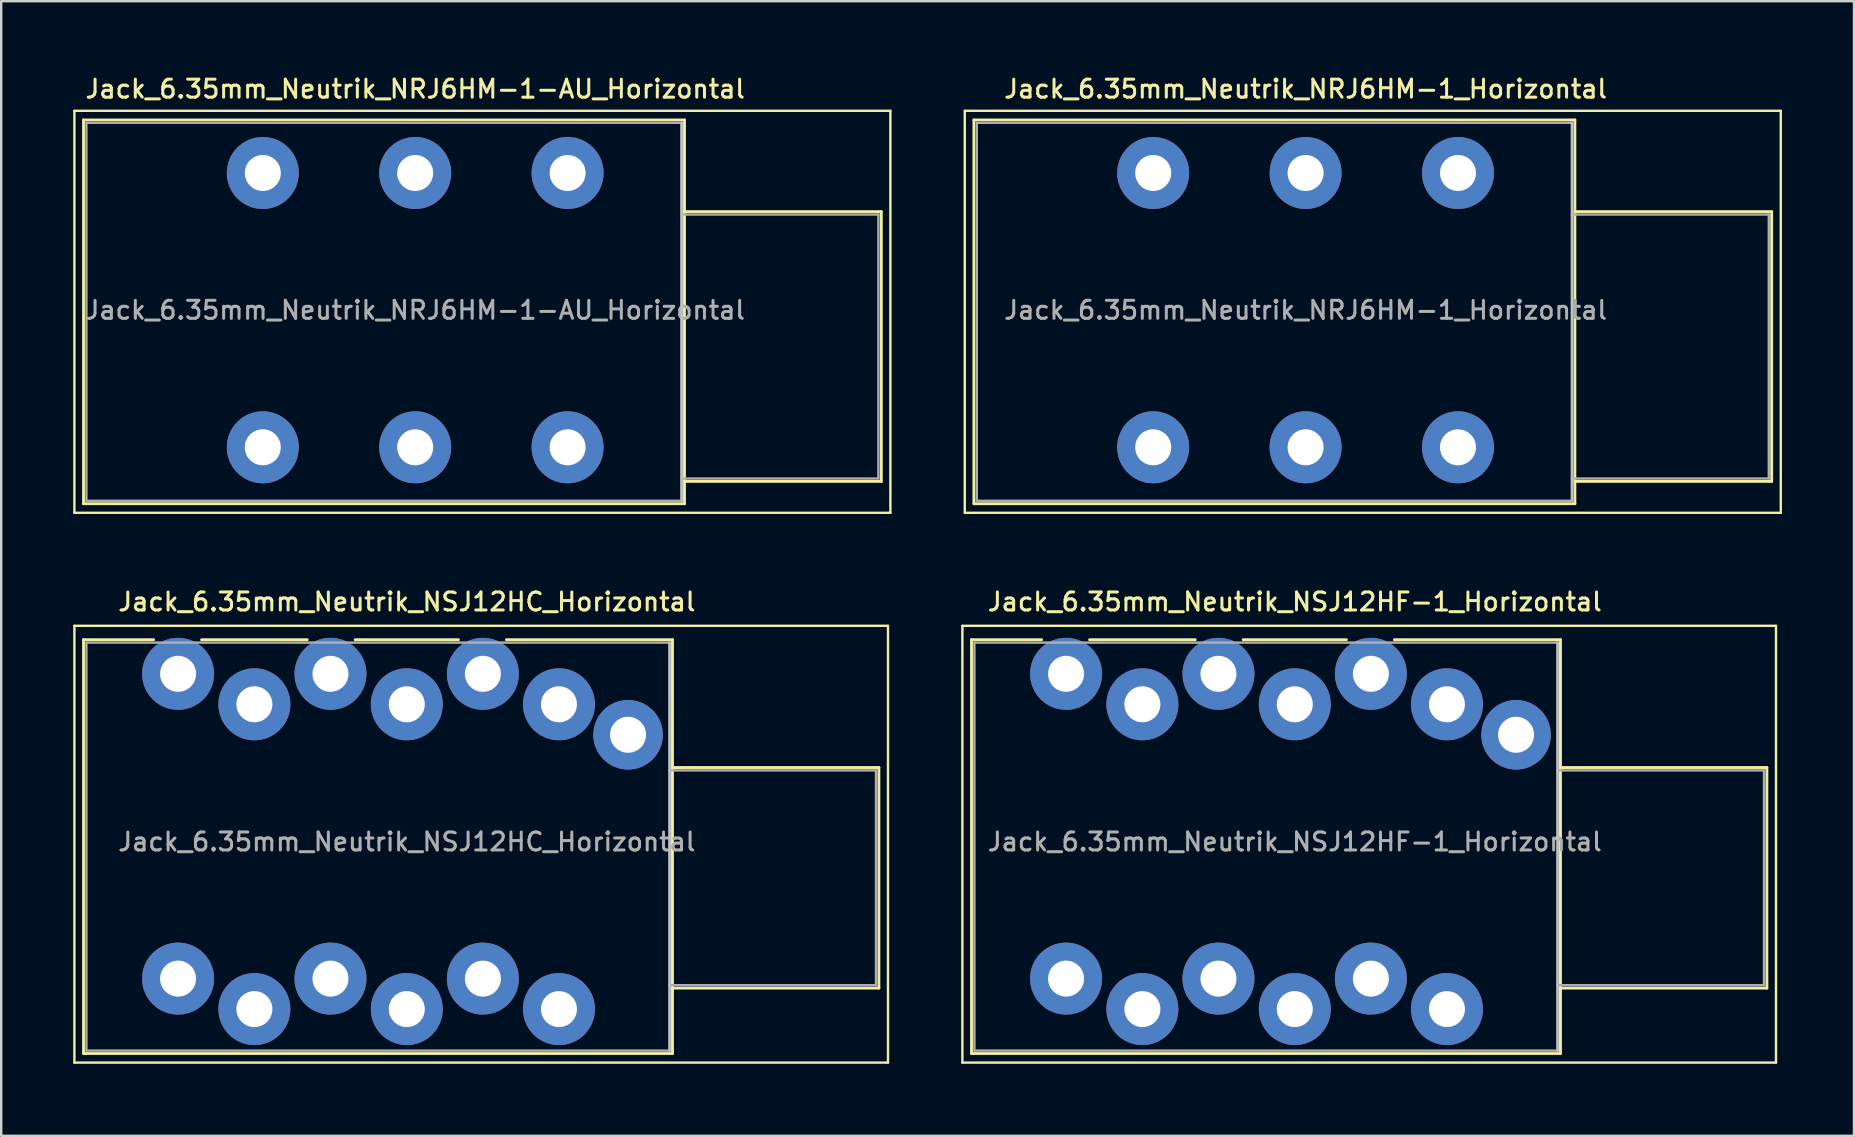
<source format=kicad_pcb>
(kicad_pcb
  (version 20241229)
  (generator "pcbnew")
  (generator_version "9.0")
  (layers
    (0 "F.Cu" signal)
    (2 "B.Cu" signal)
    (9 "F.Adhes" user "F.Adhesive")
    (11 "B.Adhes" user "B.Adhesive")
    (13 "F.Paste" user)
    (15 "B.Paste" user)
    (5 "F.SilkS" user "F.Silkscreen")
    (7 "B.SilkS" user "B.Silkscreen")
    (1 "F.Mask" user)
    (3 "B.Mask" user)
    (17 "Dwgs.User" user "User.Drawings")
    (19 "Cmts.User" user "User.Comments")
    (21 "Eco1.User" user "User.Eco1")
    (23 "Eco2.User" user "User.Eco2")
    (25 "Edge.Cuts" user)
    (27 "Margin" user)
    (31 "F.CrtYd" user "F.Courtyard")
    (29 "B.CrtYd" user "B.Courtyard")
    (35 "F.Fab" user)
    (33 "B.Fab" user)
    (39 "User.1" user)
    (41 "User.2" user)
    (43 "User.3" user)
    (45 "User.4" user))
  (footprint "Jack_6.35mm_Neutrik_NRJ6HM-1_Horizontal"
    (layer "F.Cu")
    (at 45 4.158)
    (property "Reference" "Jack_6.35mm_Neutrik_NRJ6HM-1_Horizontal" (at 6.35 -3.5 0) (layer "F.SilkS") (effects (font (size 0.75 0.75) (thickness 0.125))))
    (attr through_hole)
    (fp_line (start -7.85 14.16) (end -7.85 -2.59) (stroke (width 0.1) (type solid)) (layer "F.SilkS"))
    (fp_line (start -7.85 14.16) (end 26.15 14.16) (stroke (width 0.1) (type solid)) (layer "F.SilkS"))
    (fp_line (start -7.47 -2.21) (end 17.57 -2.21) (stroke (width 0.12) (type solid)) (layer "F.SilkS"))
    (fp_line (start -7.47 13.78) (end -7.47 -2.21) (stroke (width 0.12) (type solid)) (layer "F.SilkS"))
    (fp_line (start -7.47 13.78) (end 17.57 13.78) (stroke (width 0.12) (type solid)) (layer "F.SilkS"))
    (fp_line (start 17.57 -2.21) (end 17.57 13.78) (stroke (width 0.12) (type solid)) (layer "F.SilkS"))
    (fp_line (start 25.77 1.61) (end 17.57 1.61) (stroke (width 0.12) (type solid)) (layer "F.SilkS"))
    (fp_line (start 25.77 12.85) (end 17.57 12.85) (stroke (width 0.12) (type solid)) (layer "F.SilkS"))
    (fp_line (start 25.77 12.85) (end 25.77 1.61) (stroke (width 0.12) (type solid)) (layer "F.SilkS"))
    (fp_line (start 26.15 -2.59) (end -7.85 -2.59) (stroke (width 0.1) (type solid)) (layer "F.SilkS"))
    (fp_line (start 26.15 14.16) (end 26.15 -2.59) (stroke (width 0.1) (type solid)) (layer "F.SilkS"))
    (fp_line (start 17.45 -2.09) (end 17.45 13.66) (stroke (width 0.1) (type solid)) (layer "Dwgs.User"))
    (fp_line (start -7.35 -2.09) (end 17.45 -2.09) (stroke (width 0.1) (type solid)) (layer "F.Fab"))
    (fp_line (start -7.35 13.66) (end -7.35 -2.09) (stroke (width 0.1) (type solid)) (layer "F.Fab"))
    (fp_line (start 17.45 -2.09) (end 17.45 13.66) (stroke (width 0.1) (type solid)) (layer "F.Fab"))
    (fp_line (start 17.45 12.73) (end 25.65 12.73) (stroke (width 0.1) (type solid)) (layer "F.Fab"))
    (fp_line (start 17.45 13.66) (end -7.35 13.66) (stroke (width 0.1) (type solid)) (layer "F.Fab"))
    (fp_line (start 25.65 1.73) (end 17.45 1.73) (stroke (width 0.1) (type solid)) (layer "F.Fab"))
    (fp_line (start 25.65 12.73) (end 25.65 1.73) (stroke (width 0.1) (type solid)) (layer "F.Fab"))
    (fp_text user "${REFERENCE}" (at 6.35 5.715 0) (layer "F.Fab") (effects (font (size 0.75 0.75) (thickness 0.125))))
    (pad "R" thru_hole circle (at 6.35 0) (size 3 3) (drill 1.5) (layers "*.Cu" "*.Mask"))
    (pad "RN" thru_hole circle (at 6.35 11.43) (size 3 3) (drill 1.5) (layers "*.Cu" "*.Mask"))
    (pad "S" thru_hole circle (at 12.7 0) (size 3 3) (drill 1.5) (layers "*.Cu" "*.Mask"))
    (pad "SN" thru_hole circle (at 12.7 11.43) (size 3 3) (drill 1.5) (layers "*.Cu" "*.Mask"))
    (pad "T" thru_hole circle (at 0 0) (size 3 3) (drill 1.5) (layers "*.Cu" "*.Mask"))
    (pad "TN" thru_hole circle (at 0 11.43) (size 3 3) (drill 1.5) (layers "*.Cu" "*.Mask")))
  (footprint "Jack_6.35mm_Neutrik_NSJ12HF-1_Horizontal"
    (layer "F.Cu")
    (at 41.37 25.026)
    (property "Reference" "Jack_6.35mm_Neutrik_NSJ12HF-1_Horizontal" (at 9.53 -3 0) (layer "F.SilkS") (effects (font (size 0.75 0.75) (thickness 0.125))))
    (attr through_hole)
    (fp_line (start -4.32 16.2) (end -4.32 -2) (stroke (width 0.1) (type solid)) (layer "F.SilkS"))
    (fp_line (start -4.32 16.2) (end 29.58 16.2) (stroke (width 0.1) (type solid)) (layer "F.SilkS"))
    (fp_line (start -3.94 -1.42) (end -1.02 -1.42) (stroke (width 0.12) (type solid)) (layer "F.SilkS"))
    (fp_line (start -3.94 15.82) (end -3.94 -1.42) (stroke (width 0.12) (type solid)) (layer "F.SilkS"))
    (fp_line (start -3.94 15.82) (end 20.6 15.82) (stroke (width 0.12) (type solid)) (layer "F.SilkS"))
    (fp_line (start 0.98 -1.42) (end 5.38 -1.42) (stroke (width 0.12) (type solid)) (layer "F.SilkS"))
    (fp_line (start 7.38 -1.42) (end 11.68 -1.42) (stroke (width 0.12) (type solid)) (layer "F.SilkS"))
    (fp_line (start 13.68 -1.42) (end 20.6 -1.42) (stroke (width 0.12) (type solid)) (layer "F.SilkS"))
    (fp_line (start 20.6 -1.42) (end 20.6 15.82) (stroke (width 0.12) (type solid)) (layer "F.SilkS"))
    (fp_line (start 29.2 3.905) (end 20.6 3.905) (stroke (width 0.12) (type solid)) (layer "F.SilkS"))
    (fp_line (start 29.2 13.095) (end 20.6 13.095) (stroke (width 0.12) (type solid)) (layer "F.SilkS"))
    (fp_line (start 29.2 13.095) (end 29.2 3.905) (stroke (width 0.12) (type solid)) (layer "F.SilkS"))
    (fp_line (start 29.58 -2) (end -4.32 -2) (stroke (width 0.1) (type solid)) (layer "F.SilkS"))
    (fp_line (start 29.58 16.2) (end 29.58 -2) (stroke (width 0.1) (type solid)) (layer "F.SilkS"))
    (fp_line (start 20.48 -1.3) (end 20.48 15.7) (stroke (width 0.1) (type solid)) (layer "Dwgs.User"))
    (fp_line (start -3.82 -1.3) (end 20.48 -1.3) (stroke (width 0.1) (type solid)) (layer "F.Fab"))
    (fp_line (start -3.82 15.7) (end -3.82 -1.3) (stroke (width 0.1) (type solid)) (layer "F.Fab"))
    (fp_line (start 20.48 -1.3) (end 20.48 15.7) (stroke (width 0.1) (type solid)) (layer "F.Fab"))
    (fp_line (start 20.48 12.975) (end 29.08 12.975) (stroke (width 0.1) (type solid)) (layer "F.Fab"))
    (fp_line (start 20.48 15.7) (end -3.82 15.7) (stroke (width 0.1) (type solid)) (layer "F.Fab"))
    (fp_line (start 29.08 4.025) (end 20.48 4.025) (stroke (width 0.1) (type solid)) (layer "F.Fab"))
    (fp_line (start 29.08 12.975) (end 29.08 4.025) (stroke (width 0.1) (type solid)) (layer "F.Fab"))
    (fp_text user "${REFERENCE}" (at 9.53 7 0) (layer "F.Fab") (effects (font (size 0.75 0.75) (thickness 0.125))))
    (pad "G" thru_hole circle (at 18.75 2.54) (size 2.9 2.9) (drill 1.5) (layers "*.Cu" "*.Mask"))
    (pad "R1" thru_hole circle (at 6.35 0) (size 3 3) (drill 1.5) (layers "*.Cu" "*.Mask"))
    (pad "R2" thru_hole circle (at 9.53 1.27) (size 3 3) (drill 1.5) (layers "*.Cu" "*.Mask"))
    (pad "RN1" thru_hole circle (at 6.35 12.7) (size 3 3) (drill 1.5) (layers "*.Cu" "*.Mask"))
    (pad "RN2" thru_hole circle (at 9.53 13.97) (size 3 3) (drill 1.5) (layers "*.Cu" "*.Mask"))
    (pad "S1" thru_hole circle (at 12.7 0) (size 3 3) (drill 1.5) (layers "*.Cu" "*.Mask"))
    (pad "S2" thru_hole circle (at 15.87 1.27) (size 3 3) (drill 1.5) (layers "*.Cu" "*.Mask"))
    (pad "SN1" thru_hole circle (at 12.7 12.7) (size 3 3) (drill 1.5) (layers "*.Cu" "*.Mask"))
    (pad "SN2" thru_hole circle (at 15.87 13.97) (size 3 3) (drill 1.5) (layers "*.Cu" "*.Mask"))
    (pad "T1" thru_hole circle (at 0 0) (size 3 3) (drill 1.5) (layers "*.Cu" "*.Mask"))
    (pad "T2" thru_hole circle (at 3.18 1.27) (size 3 3) (drill 1.5) (layers "*.Cu" "*.Mask"))
    (pad "TN1" thru_hole circle (at 0 12.7) (size 3 3) (drill 1.5) (layers "*.Cu" "*.Mask"))
    (pad "TN2" thru_hole circle (at 3.18 13.97) (size 3 3) (drill 1.5) (layers "*.Cu" "*.Mask")))
  (footprint "Jack_6.35mm_Neutrik_NRJ6HM-1-AU_Horizontal"
    (layer "F.Cu")
    (at 7.9 4.158)
    (property "Reference" "Jack_6.35mm_Neutrik_NRJ6HM-1-AU_Horizontal" (at 6.35 -3.5 0) (layer "F.SilkS") (effects (font (size 0.75 0.75) (thickness 0.125))))
    (attr through_hole)
    (fp_line (start -7.85 14.16) (end -7.85 -2.59) (stroke (width 0.1) (type solid)) (layer "F.SilkS"))
    (fp_line (start -7.85 14.16) (end 26.15 14.16) (stroke (width 0.1) (type solid)) (layer "F.SilkS"))
    (fp_line (start -7.47 -2.21) (end 17.57 -2.21) (stroke (width 0.12) (type solid)) (layer "F.SilkS"))
    (fp_line (start -7.47 13.78) (end -7.47 -2.21) (stroke (width 0.12) (type solid)) (layer "F.SilkS"))
    (fp_line (start -7.47 13.78) (end 17.57 13.78) (stroke (width 0.12) (type solid)) (layer "F.SilkS"))
    (fp_line (start 17.57 -2.21) (end 17.57 13.78) (stroke (width 0.12) (type solid)) (layer "F.SilkS"))
    (fp_line (start 25.77 1.61) (end 17.57 1.61) (stroke (width 0.12) (type solid)) (layer "F.SilkS"))
    (fp_line (start 25.77 12.85) (end 17.57 12.85) (stroke (width 0.12) (type solid)) (layer "F.SilkS"))
    (fp_line (start 25.77 12.85) (end 25.77 1.61) (stroke (width 0.12) (type solid)) (layer "F.SilkS"))
    (fp_line (start 26.15 -2.59) (end -7.85 -2.59) (stroke (width 0.1) (type solid)) (layer "F.SilkS"))
    (fp_line (start 26.15 14.16) (end 26.15 -2.59) (stroke (width 0.1) (type solid)) (layer "F.SilkS"))
    (fp_line (start 17.45 -2.09) (end 17.45 13.66) (stroke (width 0.1) (type solid)) (layer "Dwgs.User"))
    (fp_line (start -7.35 -2.09) (end 17.45 -2.09) (stroke (width 0.1) (type solid)) (layer "F.Fab"))
    (fp_line (start -7.35 13.66) (end -7.35 -2.09) (stroke (width 0.1) (type solid)) (layer "F.Fab"))
    (fp_line (start 17.45 -2.09) (end 17.45 13.66) (stroke (width 0.1) (type solid)) (layer "F.Fab"))
    (fp_line (start 17.45 12.73) (end 25.65 12.73) (stroke (width 0.1) (type solid)) (layer "F.Fab"))
    (fp_line (start 17.45 13.66) (end -7.35 13.66) (stroke (width 0.1) (type solid)) (layer "F.Fab"))
    (fp_line (start 25.65 1.73) (end 17.45 1.73) (stroke (width 0.1) (type solid)) (layer "F.Fab"))
    (fp_line (start 25.65 12.73) (end 25.65 1.73) (stroke (width 0.1) (type solid)) (layer "F.Fab"))
    (fp_text user "${REFERENCE}" (at 6.35 5.715 0) (layer "F.Fab") (effects (font (size 0.75 0.75) (thickness 0.125))))
    (pad "R" thru_hole circle (at 6.35 0) (size 3 3) (drill 1.5) (layers "*.Cu" "*.Mask"))
    (pad "RN" thru_hole circle (at 6.35 11.43) (size 3 3) (drill 1.5) (layers "*.Cu" "*.Mask"))
    (pad "S" thru_hole circle (at 12.7 0) (size 3 3) (drill 1.5) (layers "*.Cu" "*.Mask"))
    (pad "SN" thru_hole circle (at 12.7 11.43) (size 3 3) (drill 1.5) (layers "*.Cu" "*.Mask"))
    (pad "T" thru_hole circle (at 0 0) (size 3 3) (drill 1.5) (layers "*.Cu" "*.Mask"))
    (pad "TN" thru_hole circle (at 0 11.43) (size 3 3) (drill 1.5) (layers "*.Cu" "*.Mask")))
  (footprint "Jack_6.35mm_Neutrik_NSJ12HC_Horizontal"
    (layer "F.Cu")
    (at 4.37 25.026)
    (property "Reference" "Jack_6.35mm_Neutrik_NSJ12HC_Horizontal" (at 9.53 -3 0) (layer "F.SilkS") (effects (font (size 0.75 0.75) (thickness 0.125))))
    (attr through_hole)
    (fp_line (start -4.32 16.2) (end -4.32 -2) (stroke (width 0.1) (type solid)) (layer "F.SilkS"))
    (fp_line (start -4.32 16.2) (end 29.58 16.2) (stroke (width 0.1) (type solid)) (layer "F.SilkS"))
    (fp_line (start -3.94 -1.42) (end -1.02 -1.42) (stroke (width 0.12) (type solid)) (layer "F.SilkS"))
    (fp_line (start -3.94 15.82) (end -3.94 -1.42) (stroke (width 0.12) (type solid)) (layer "F.SilkS"))
    (fp_line (start -3.94 15.82) (end 20.6 15.82) (stroke (width 0.12) (type solid)) (layer "F.SilkS"))
    (fp_line (start 0.98 -1.42) (end 5.38 -1.42) (stroke (width 0.12) (type solid)) (layer "F.SilkS"))
    (fp_line (start 7.38 -1.42) (end 11.68 -1.42) (stroke (width 0.12) (type solid)) (layer "F.SilkS"))
    (fp_line (start 13.68 -1.42) (end 20.6 -1.42) (stroke (width 0.12) (type solid)) (layer "F.SilkS"))
    (fp_line (start 20.6 -1.42) (end 20.6 15.82) (stroke (width 0.12) (type solid)) (layer "F.SilkS"))
    (fp_line (start 29.2 3.905) (end 20.6 3.905) (stroke (width 0.12) (type solid)) (layer "F.SilkS"))
    (fp_line (start 29.2 13.095) (end 20.6 13.095) (stroke (width 0.12) (type solid)) (layer "F.SilkS"))
    (fp_line (start 29.2 13.095) (end 29.2 3.905) (stroke (width 0.12) (type solid)) (layer "F.SilkS"))
    (fp_line (start 29.58 -2) (end -4.32 -2) (stroke (width 0.1) (type solid)) (layer "F.SilkS"))
    (fp_line (start 29.58 16.2) (end 29.58 -2) (stroke (width 0.1) (type solid)) (layer "F.SilkS"))
    (fp_line (start 20.48 -1.3) (end 20.48 15.7) (stroke (width 0.1) (type solid)) (layer "Dwgs.User"))
    (fp_line (start -3.82 -1.3) (end 20.48 -1.3) (stroke (width 0.1) (type solid)) (layer "F.Fab"))
    (fp_line (start -3.82 15.7) (end -3.82 -1.3) (stroke (width 0.1) (type solid)) (layer "F.Fab"))
    (fp_line (start 20.48 -1.3) (end 20.48 15.7) (stroke (width 0.1) (type solid)) (layer "F.Fab"))
    (fp_line (start 20.48 12.975) (end 29.08 12.975) (stroke (width 0.1) (type solid)) (layer "F.Fab"))
    (fp_line (start 20.48 15.7) (end -3.82 15.7) (stroke (width 0.1) (type solid)) (layer "F.Fab"))
    (fp_line (start 29.08 4.025) (end 20.48 4.025) (stroke (width 0.1) (type solid)) (layer "F.Fab"))
    (fp_line (start 29.08 12.975) (end 29.08 4.025) (stroke (width 0.1) (type solid)) (layer "F.Fab"))
    (fp_text user "${REFERENCE}" (at 9.53 7 0) (layer "F.Fab") (effects (font (size 0.75 0.75) (thickness 0.125))))
    (pad "G" thru_hole circle (at 18.75 2.54) (size 2.9 2.9) (drill 1.5) (layers "*.Cu" "*.Mask"))
    (pad "R1" thru_hole circle (at 6.35 0) (size 3 3) (drill 1.5) (layers "*.Cu" "*.Mask"))
    (pad "R2" thru_hole circle (at 9.53 1.27) (size 3 3) (drill 1.5) (layers "*.Cu" "*.Mask"))
    (pad "RN1" thru_hole circle (at 6.35 12.7) (size 3 3) (drill 1.5) (layers "*.Cu" "*.Mask"))
    (pad "RN2" thru_hole circle (at 9.53 13.97) (size 3 3) (drill 1.5) (layers "*.Cu" "*.Mask"))
    (pad "S1" thru_hole circle (at 12.7 0) (size 3 3) (drill 1.5) (layers "*.Cu" "*.Mask"))
    (pad "S2" thru_hole circle (at 15.87 1.27) (size 3 3) (drill 1.5) (layers "*.Cu" "*.Mask"))
    (pad "SN1" thru_hole circle (at 12.7 12.7) (size 3 3) (drill 1.5) (layers "*.Cu" "*.Mask"))
    (pad "SN2" thru_hole circle (at 15.87 13.97) (size 3 3) (drill 1.5) (layers "*.Cu" "*.Mask"))
    (pad "T1" thru_hole circle (at 0 0) (size 3 3) (drill 1.5) (layers "*.Cu" "*.Mask"))
    (pad "T2" thru_hole circle (at 3.18 1.27) (size 3 3) (drill 1.5) (layers "*.Cu" "*.Mask"))
    (pad "TN1" thru_hole circle (at 0 12.7) (size 3 3) (drill 1.5) (layers "*.Cu" "*.Mask"))
    (pad "TN2" thru_hole circle (at 3.18 13.97) (size 3 3) (drill 1.5) (layers "*.Cu" "*.Mask")))
  (gr_rect
    (start -3 -3)
    (end 74.2 44.276)
    (stroke (width 0.1) (type default))
    (fill no)
    (layer "Edge.Cuts")))
</source>
